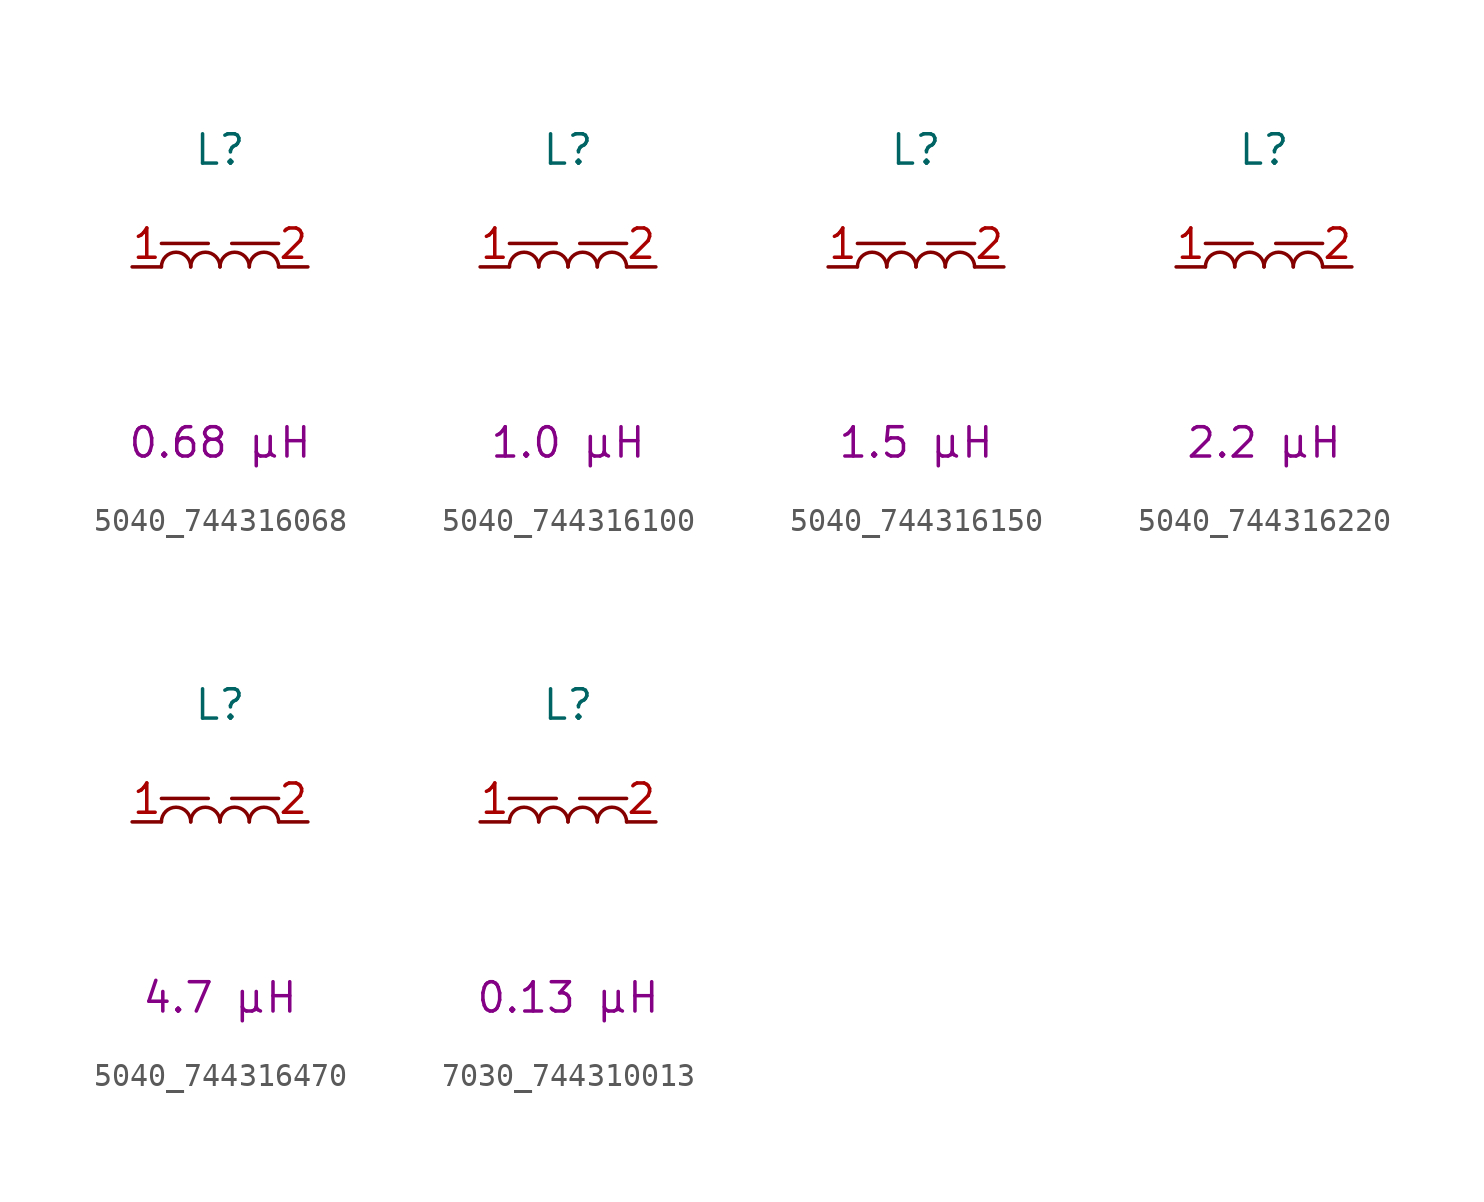
<source format=kicad_sym>
(kicad_symbol_lib
  (version 20220914)
  (generator kicad_symbol_editor)
  (symbol "5040_744316068"
    (pin_names hide)
    (property "Reference" "L"
      (at 0 5.08 0)
      (effects (font (size 1.27 1.27))))
    (property "Critical Parameter" "0.68 µH"
      (at 0 -7.62 0)
      (effects (font (size 1.27 1.27))))
    (symbol "5040_744316068_0_1"
      (arc (start -1.27 0) (mid -1.905 0.6323) (end -2.54 0) (stroke (width 0) (type default)) (fill (type none)))
      (arc (start 0 0) (mid -0.635 0.6323) (end -1.27 0) (stroke (width 0) (type default)) (fill (type none)))
      (polyline (pts (xy -2.54 1.016) (xy -0.508 1.016)) (stroke (width 0) (type default)) (fill (type none)))
      (arc (start 1.27 0) (mid 0.635 0.6323) (end 0 0) (stroke (width 0) (type default)) (fill (type none)))
      (arc (start 2.54 0) (mid 1.905 0.6323) (end 1.27 0) (stroke (width 0) (type default)) (fill (type none))))
    (symbol "5040_744316068_1_1"
      (polyline (pts (xy 2.54 1.016) (xy 0.508 1.016)) (stroke (width 0) (type default)) (fill (type none)))
      (pin passive line (at -3.81 0 0) (length 1.27) (name "1" (effects (font (size 1.27 1.27)))) (number "1" (effects (font (size 1.27 1.27)))))
      (pin passive line (at 3.81 0 180) (length 1.27) (name "2" (effects (font (size 1.27 1.27)))) (number "2" (effects (font (size 1.27 1.27)))))))
  (symbol "5040_744316100"
    (pin_names hide)
    (property "Reference" "L"
      (at 0 5.08 0)
      (effects (font (size 1.27 1.27))))
    (property "Critical Parameter" "1.0 µH"
      (at 0 -7.62 0)
      (effects (font (size 1.27 1.27))))
    (symbol "5040_744316100_0_1"
      (arc (start -1.27 0) (mid -1.905 0.6323) (end -2.54 0) (stroke (width 0) (type default)) (fill (type none)))
      (arc (start 0 0) (mid -0.635 0.6323) (end -1.27 0) (stroke (width 0) (type default)) (fill (type none)))
      (polyline (pts (xy -2.54 1.016) (xy -0.508 1.016)) (stroke (width 0) (type default)) (fill (type none)))
      (arc (start 1.27 0) (mid 0.635 0.6323) (end 0 0) (stroke (width 0) (type default)) (fill (type none)))
      (arc (start 2.54 0) (mid 1.905 0.6323) (end 1.27 0) (stroke (width 0) (type default)) (fill (type none))))
    (symbol "5040_744316100_1_1"
      (polyline (pts (xy 2.54 1.016) (xy 0.508 1.016)) (stroke (width 0) (type default)) (fill (type none)))
      (pin passive line (at -3.81 0 0) (length 1.27) (name "1" (effects (font (size 1.27 1.27)))) (number "1" (effects (font (size 1.27 1.27)))))
      (pin passive line (at 3.81 0 180) (length 1.27) (name "2" (effects (font (size 1.27 1.27)))) (number "2" (effects (font (size 1.27 1.27)))))))
  (symbol "5040_744316150"
    (pin_names hide)
    (property "Reference" "L"
      (at 0 5.08 0)
      (effects (font (size 1.27 1.27))))
    (property "Critical Parameter" "1.5 µH"
      (at 0 -7.62 0)
      (effects (font (size 1.27 1.27))))
    (symbol "5040_744316150_0_1"
      (arc (start -1.27 0) (mid -1.905 0.6323) (end -2.54 0) (stroke (width 0) (type default)) (fill (type none)))
      (arc (start 0 0) (mid -0.635 0.6323) (end -1.27 0) (stroke (width 0) (type default)) (fill (type none)))
      (polyline (pts (xy -2.54 1.016) (xy -0.508 1.016)) (stroke (width 0) (type default)) (fill (type none)))
      (arc (start 1.27 0) (mid 0.635 0.6323) (end 0 0) (stroke (width 0) (type default)) (fill (type none)))
      (arc (start 2.54 0) (mid 1.905 0.6323) (end 1.27 0) (stroke (width 0) (type default)) (fill (type none))))
    (symbol "5040_744316150_1_1"
      (polyline (pts (xy 2.54 1.016) (xy 0.508 1.016)) (stroke (width 0) (type default)) (fill (type none)))
      (pin passive line (at -3.81 0 0) (length 1.27) (name "1" (effects (font (size 1.27 1.27)))) (number "1" (effects (font (size 1.27 1.27)))))
      (pin passive line (at 3.81 0 180) (length 1.27) (name "2" (effects (font (size 1.27 1.27)))) (number "2" (effects (font (size 1.27 1.27)))))))
  (symbol "5040_744316220"
    (pin_names hide)
    (property "Reference" "L"
      (at 0 5.08 0)
      (effects (font (size 1.27 1.27))))
    (property "Critical Parameter" "2.2 µH"
      (at 0 -7.62 0)
      (effects (font (size 1.27 1.27))))
    (symbol "5040_744316220_0_1"
      (arc (start -1.27 0) (mid -1.905 0.6323) (end -2.54 0) (stroke (width 0) (type default)) (fill (type none)))
      (arc (start 0 0) (mid -0.635 0.6323) (end -1.27 0) (stroke (width 0) (type default)) (fill (type none)))
      (polyline (pts (xy -2.54 1.016) (xy -0.508 1.016)) (stroke (width 0) (type default)) (fill (type none)))
      (arc (start 1.27 0) (mid 0.635 0.6323) (end 0 0) (stroke (width 0) (type default)) (fill (type none)))
      (arc (start 2.54 0) (mid 1.905 0.6323) (end 1.27 0) (stroke (width 0) (type default)) (fill (type none))))
    (symbol "5040_744316220_1_1"
      (polyline (pts (xy 2.54 1.016) (xy 0.508 1.016)) (stroke (width 0) (type default)) (fill (type none)))
      (pin passive line (at -3.81 0 0) (length 1.27) (name "1" (effects (font (size 1.27 1.27)))) (number "1" (effects (font (size 1.27 1.27)))))
      (pin passive line (at 3.81 0 180) (length 1.27) (name "2" (effects (font (size 1.27 1.27)))) (number "2" (effects (font (size 1.27 1.27)))))))
  (symbol "5040_744316470"
    (pin_names hide)
    (property "Reference" "L"
      (at 0 5.08 0)
      (effects (font (size 1.27 1.27))))
    (property "Critical Parameter" "4.7 µH"
      (at 0 -7.62 0)
      (effects (font (size 1.27 1.27))))
    (symbol "5040_744316470_0_1"
      (arc (start -1.27 0) (mid -1.905 0.6323) (end -2.54 0) (stroke (width 0) (type default)) (fill (type none)))
      (arc (start 0 0) (mid -0.635 0.6323) (end -1.27 0) (stroke (width 0) (type default)) (fill (type none)))
      (polyline (pts (xy -2.54 1.016) (xy -0.508 1.016)) (stroke (width 0) (type default)) (fill (type none)))
      (arc (start 1.27 0) (mid 0.635 0.6323) (end 0 0) (stroke (width 0) (type default)) (fill (type none)))
      (arc (start 2.54 0) (mid 1.905 0.6323) (end 1.27 0) (stroke (width 0) (type default)) (fill (type none))))
    (symbol "5040_744316470_1_1"
      (polyline (pts (xy 2.54 1.016) (xy 0.508 1.016)) (stroke (width 0) (type default)) (fill (type none)))
      (pin passive line (at -3.81 0 0) (length 1.27) (name "1" (effects (font (size 1.27 1.27)))) (number "1" (effects (font (size 1.27 1.27)))))
      (pin passive line (at 3.81 0 180) (length 1.27) (name "2" (effects (font (size 1.27 1.27)))) (number "2" (effects (font (size 1.27 1.27)))))))
  (symbol "7030_744310013"
    (pin_names hide)
    (property "Reference" "L"
      (at 0 5.08 0)
      (effects (font (size 1.27 1.27))))
    (property "Critical Parameter" "0.13 µH"
      (at 0 -7.62 0)
      (effects (font (size 1.27 1.27))))
    (symbol "7030_744310013_0_1"
      (arc (start -1.27 0) (mid -1.905 0.6323) (end -2.54 0) (stroke (width 0) (type default)) (fill (type none)))
      (arc (start 0 0) (mid -0.635 0.6323) (end -1.27 0) (stroke (width 0) (type default)) (fill (type none)))
      (polyline (pts (xy -2.54 1.016) (xy -0.508 1.016)) (stroke (width 0) (type default)) (fill (type none)))
      (arc (start 1.27 0) (mid 0.635 0.6323) (end 0 0) (stroke (width 0) (type default)) (fill (type none)))
      (arc (start 2.54 0) (mid 1.905 0.6323) (end 1.27 0) (stroke (width 0) (type default)) (fill (type none))))
    (symbol "7030_744310013_1_1"
      (polyline (pts (xy 2.54 1.016) (xy 0.508 1.016)) (stroke (width 0) (type default)) (fill (type none)))
      (pin passive line (at -3.81 0 0) (length 1.27) (name "1" (effects (font (size 1.27 1.27)))) (number "1" (effects (font (size 1.27 1.27)))))
      (pin passive line (at 3.81 0 180) (length 1.27) (name "2" (effects (font (size 1.27 1.27)))) (number "2" (effects (font (size 1.27 1.27))))))))
</source>
